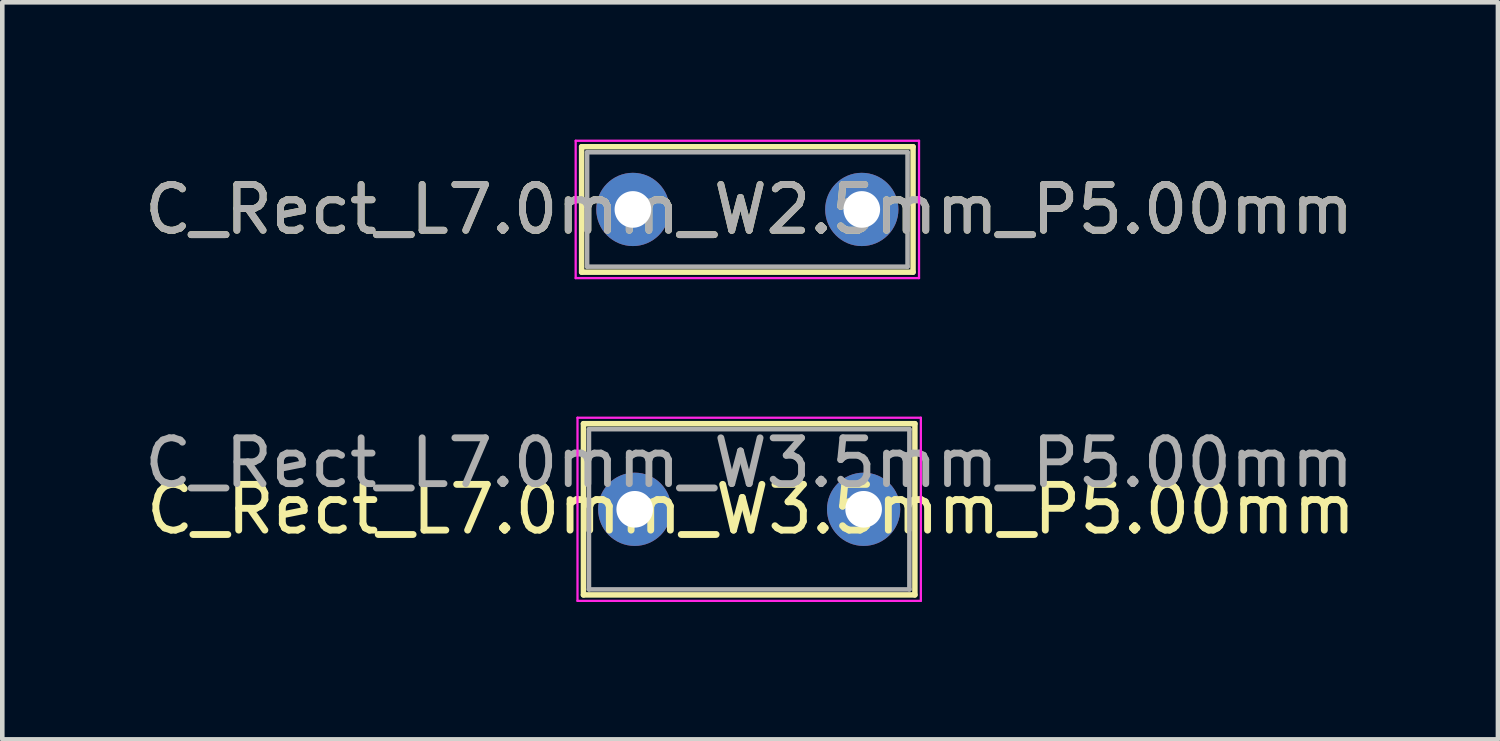
<source format=kicad_pcb>
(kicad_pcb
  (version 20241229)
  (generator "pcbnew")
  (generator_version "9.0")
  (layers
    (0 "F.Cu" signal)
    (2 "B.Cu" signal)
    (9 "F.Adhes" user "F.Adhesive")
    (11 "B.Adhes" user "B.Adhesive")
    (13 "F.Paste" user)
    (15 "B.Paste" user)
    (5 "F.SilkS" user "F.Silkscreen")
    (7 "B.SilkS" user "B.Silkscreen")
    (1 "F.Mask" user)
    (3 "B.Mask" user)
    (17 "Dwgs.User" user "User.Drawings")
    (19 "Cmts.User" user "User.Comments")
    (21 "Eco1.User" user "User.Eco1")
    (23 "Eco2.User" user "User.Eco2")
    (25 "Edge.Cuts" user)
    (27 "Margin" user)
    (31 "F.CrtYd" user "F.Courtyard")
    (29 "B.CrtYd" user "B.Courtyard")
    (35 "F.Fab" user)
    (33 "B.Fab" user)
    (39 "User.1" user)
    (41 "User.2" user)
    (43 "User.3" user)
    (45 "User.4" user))
  (footprint "C_Rect_L7.0mm_W2.5mm_P5.00mm"
    (layer "F.Cu")
    (at 10.775 1.525)
    (property "Reference" "C_Rect_L7.0mm_W2.5mm_P5.00mm" (at 2.54 0 0) (layer "F.SilkS") (effects (font (size 1 1) (thickness 0.15))))
    (attr through_hole)
    (fp_line (start -1.12 -1.37) (end -1.12 1.37) (stroke (width 0.12) (type solid)) (layer "F.SilkS"))
    (fp_line (start -1.12 -1.37) (end 6.12 -1.37) (stroke (width 0.12) (type solid)) (layer "F.SilkS"))
    (fp_line (start -1.12 1.37) (end 6.12 1.37) (stroke (width 0.12) (type solid)) (layer "F.SilkS"))
    (fp_line (start 6.12 -1.37) (end 6.12 1.37) (stroke (width 0.12) (type solid)) (layer "F.SilkS"))
    (fp_line (start -1.25 -1.5) (end -1.25 1.5) (stroke (width 0.05) (type solid)) (layer "F.CrtYd"))
    (fp_line (start -1.25 1.5) (end 6.25 1.5) (stroke (width 0.05) (type solid)) (layer "F.CrtYd"))
    (fp_line (start 6.25 -1.5) (end -1.25 -1.5) (stroke (width 0.05) (type solid)) (layer "F.CrtYd"))
    (fp_line (start 6.25 1.5) (end 6.25 -1.5) (stroke (width 0.05) (type solid)) (layer "F.CrtYd"))
    (fp_line (start -1 -1.25) (end -1 1.25) (stroke (width 0.1) (type solid)) (layer "F.Fab"))
    (fp_line (start -1 1.25) (end 6 1.25) (stroke (width 0.1) (type solid)) (layer "F.Fab"))
    (fp_line (start 6 -1.25) (end -1 -1.25) (stroke (width 0.1) (type solid)) (layer "F.Fab"))
    (fp_line (start 6 1.25) (end 6 -1.25) (stroke (width 0.1) (type solid)) (layer "F.Fab"))
    (fp_text user "${REFERENCE}" (at 2.54 0 0) (layer "F.Fab") (effects (font (size 1 1) (thickness 0.15))))
    (pad "1" thru_hole circle (at 0 0) (size 1.6 1.6) (drill 0.8) (layers "*.Cu" "*.Mask"))
    (pad "2" thru_hole circle (at 5 0) (size 1.6 1.6) (drill 0.8) (layers "*.Cu" "*.Mask")))
  (footprint "C_Rect_L7.0mm_W3.5mm_P5.00mm"
    (layer "F.Cu")
    (at 10.815 8.075)
    (property "Reference" "C_Rect_L7.0mm_W3.5mm_P5.00mm" (at 2.54 0 0) (layer "F.SilkS") (effects (font (size 1 1) (thickness 0.15))))
    (attr through_hole)
    (fp_line (start -1.12 -1.87) (end -1.12 1.87) (stroke (width 0.12) (type solid)) (layer "F.SilkS"))
    (fp_line (start -1.12 -1.87) (end 6.12 -1.87) (stroke (width 0.12) (type solid)) (layer "F.SilkS"))
    (fp_line (start -1.12 1.87) (end 6.12 1.87) (stroke (width 0.12) (type solid)) (layer "F.SilkS"))
    (fp_line (start 6.12 -1.87) (end 6.12 1.87) (stroke (width 0.12) (type solid)) (layer "F.SilkS"))
    (fp_line (start -1.25 -2) (end -1.25 2) (stroke (width 0.05) (type solid)) (layer "F.CrtYd"))
    (fp_line (start -1.25 2) (end 6.25 2) (stroke (width 0.05) (type solid)) (layer "F.CrtYd"))
    (fp_line (start 6.25 -2) (end -1.25 -2) (stroke (width 0.05) (type solid)) (layer "F.CrtYd"))
    (fp_line (start 6.25 2) (end 6.25 -2) (stroke (width 0.05) (type solid)) (layer "F.CrtYd"))
    (fp_line (start -1 -1.75) (end -1 1.75) (stroke (width 0.1) (type solid)) (layer "F.Fab"))
    (fp_line (start -1 1.75) (end 6 1.75) (stroke (width 0.1) (type solid)) (layer "F.Fab"))
    (fp_line (start 6 -1.75) (end -1 -1.75) (stroke (width 0.1) (type solid)) (layer "F.Fab"))
    (fp_line (start 6 1.75) (end 6 -1.75) (stroke (width 0.1) (type solid)) (layer "F.Fab"))
    (fp_text user "${REFERENCE}" (at 2.5 -1.016 0) (layer "F.Fab") (effects (font (size 1 1) (thickness 0.15))))
    (pad "1" thru_hole circle (at 0 0) (size 1.6 1.6) (drill 0.8) (layers "*.Cu" "*.Mask"))
    (pad "2" thru_hole circle (at 5 0) (size 1.6 1.6) (drill 0.8) (layers "*.Cu" "*.Mask")))
  (gr_rect
    (start -3 -3)
    (end 29.671 13.1)
    (stroke (width 0.1) (type default))
    (fill no)
    (layer "Edge.Cuts")))
</source>
